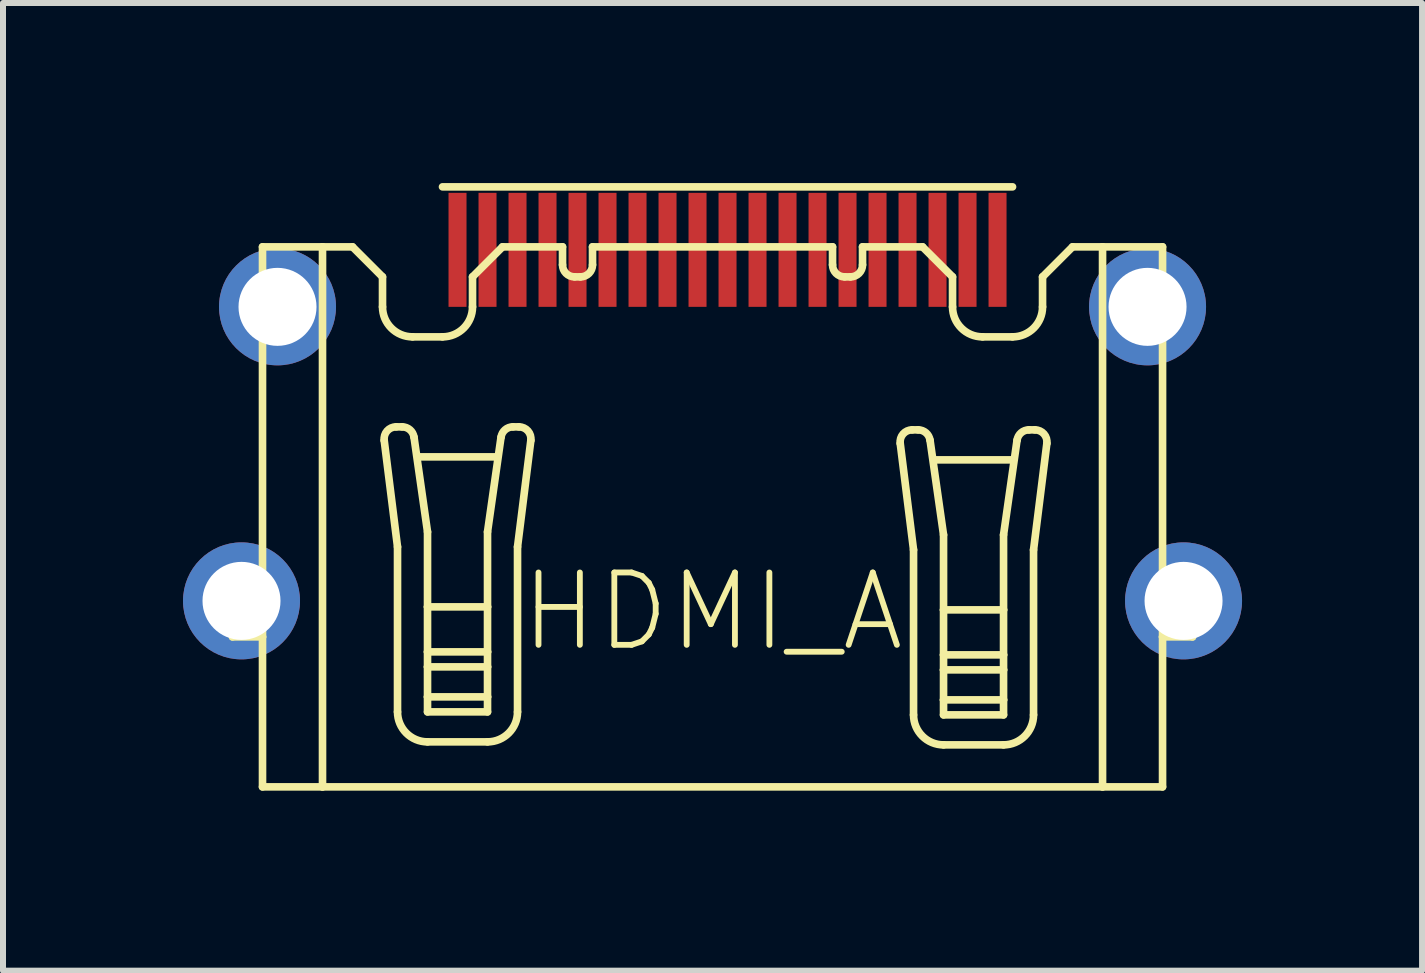
<source format=kicad_pcb>
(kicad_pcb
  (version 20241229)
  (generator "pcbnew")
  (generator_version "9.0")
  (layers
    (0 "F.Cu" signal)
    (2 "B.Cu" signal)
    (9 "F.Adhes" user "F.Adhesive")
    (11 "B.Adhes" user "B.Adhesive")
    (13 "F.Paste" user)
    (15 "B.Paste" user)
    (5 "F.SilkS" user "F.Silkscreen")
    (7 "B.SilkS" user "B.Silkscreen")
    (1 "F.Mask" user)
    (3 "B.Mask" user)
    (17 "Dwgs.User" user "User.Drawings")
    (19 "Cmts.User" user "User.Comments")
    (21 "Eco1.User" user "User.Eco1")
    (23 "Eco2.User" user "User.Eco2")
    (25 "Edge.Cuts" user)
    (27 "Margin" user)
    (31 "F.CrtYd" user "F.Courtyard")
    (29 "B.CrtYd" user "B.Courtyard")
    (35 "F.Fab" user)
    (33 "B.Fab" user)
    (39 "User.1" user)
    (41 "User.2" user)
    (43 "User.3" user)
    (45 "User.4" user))
  (footprint "HDMI_A"
    (layer "F.Cu")
    (at 8.825 5.064)
    (property "Reference" "HDMI_A" (at 0 2.08 0) (layer "F.SilkS") (effects (font (size 1.206 1.206) (thickness 0.097))))
    (attr through_hole)
    (fp_line (start -8 1.5) (end -8 2.5) (stroke (width 0.127) (type solid)) (layer "F.SilkS"))
    (fp_line (start -8 2.5) (end -7.5 2.5) (stroke (width 0.127) (type solid)) (layer "F.SilkS"))
    (fp_line (start -7.5 -4) (end -7.5 1.5) (stroke (width 0.127) (type solid)) (layer "F.SilkS"))
    (fp_line (start -7.5 1.5) (end -8 1.5) (stroke (width 0.127) (type solid)) (layer "F.SilkS"))
    (fp_line (start -7.5 1.5) (end -7.5 2.5) (stroke (width 0.127) (type solid)) (layer "F.SilkS"))
    (fp_line (start -7.5 2.5) (end -7.5 5) (stroke (width 0.127) (type solid)) (layer "F.SilkS"))
    (fp_line (start -7.5 5) (end -6.5 5) (stroke (width 0.127) (type solid)) (layer "F.SilkS"))
    (fp_line (start -6.5 -4) (end -7.5 -4) (stroke (width 0.127) (type solid)) (layer "F.SilkS"))
    (fp_line (start -6.5 -4) (end -6.5 5) (stroke (width 0.127) (type solid)) (layer "F.SilkS"))
    (fp_line (start -6.5 5) (end 6.5 5) (stroke (width 0.127) (type solid)) (layer "F.SilkS"))
    (fp_line (start -6 -4) (end -6.5 -4) (stroke (width 0.127) (type solid)) (layer "F.SilkS"))
    (fp_line (start -6 -4) (end -5.5 -3.5) (stroke (width 0.127) (type solid)) (layer "F.SilkS"))
    (fp_line (start -5.5 -3.5) (end -5.5 -3) (stroke (width 0.127) (type solid)) (layer "F.SilkS"))
    (fp_line (start -5.273 -1) (end -5.173 -1) (stroke (width 0.127) (type solid)) (layer "F.SilkS"))
    (fp_line (start -5.25 1) (end -5.472 -0.775) (stroke (width 0.127) (type solid)) (layer "F.SilkS"))
    (fp_line (start -5.25 1) (end -5.25 3.75) (stroke (width 0.127) (type solid)) (layer "F.SilkS"))
    (fp_line (start -5 -2.5) (end -4.5 -2.5) (stroke (width 0.127) (type solid)) (layer "F.SilkS"))
    (fp_line (start -4.975 -0.828) (end -4.75 0.75) (stroke (width 0.127) (type solid)) (layer "F.SilkS"))
    (fp_line (start -4.9 -0.5) (end -3.6 -0.5) (stroke (width 0.127) (type solid)) (layer "F.SilkS"))
    (fp_line (start -4.75 0.75) (end -4.75 2) (stroke (width 0.127) (type solid)) (layer "F.SilkS"))
    (fp_line (start -4.75 2) (end -4.75 2.75) (stroke (width 0.127) (type solid)) (layer "F.SilkS"))
    (fp_line (start -4.75 2) (end -3.75 2) (stroke (width 0.127) (type solid)) (layer "F.SilkS"))
    (fp_line (start -4.75 2.75) (end -4.75 3) (stroke (width 0.127) (type solid)) (layer "F.SilkS"))
    (fp_line (start -4.75 2.75) (end -3.75 2.75) (stroke (width 0.127) (type solid)) (layer "F.SilkS"))
    (fp_line (start -4.75 3) (end -4.75 3.5) (stroke (width 0.127) (type solid)) (layer "F.SilkS"))
    (fp_line (start -4.75 3) (end -3.75 3) (stroke (width 0.127) (type solid)) (layer "F.SilkS"))
    (fp_line (start -4.75 3.5) (end -4.75 3.75) (stroke (width 0.127) (type solid)) (layer "F.SilkS"))
    (fp_line (start -4.75 3.5) (end -3.75 3.5) (stroke (width 0.127) (type solid)) (layer "F.SilkS"))
    (fp_line (start -4.75 3.75) (end -3.75 3.75) (stroke (width 0.127) (type solid)) (layer "F.SilkS"))
    (fp_line (start -4.75 4.25) (end -3.75 4.25) (stroke (width 0.127) (type solid)) (layer "F.SilkS"))
    (fp_line (start -4.5 -5) (end 5 -5) (stroke (width 0.127) (type solid)) (layer "F.SilkS"))
    (fp_line (start -4 -3.5) (end -3.5 -4) (stroke (width 0.127) (type solid)) (layer "F.SilkS"))
    (fp_line (start -4 -3) (end -4 -3.5) (stroke (width 0.127) (type solid)) (layer "F.SilkS"))
    (fp_line (start -3.75 0.75) (end -3.525 -0.828) (stroke (width 0.127) (type solid)) (layer "F.SilkS"))
    (fp_line (start -3.75 2) (end -3.75 0.75) (stroke (width 0.127) (type solid)) (layer "F.SilkS"))
    (fp_line (start -3.75 2.75) (end -3.75 2) (stroke (width 0.127) (type solid)) (layer "F.SilkS"))
    (fp_line (start -3.75 3) (end -3.75 2.75) (stroke (width 0.127) (type solid)) (layer "F.SilkS"))
    (fp_line (start -3.75 3.5) (end -3.75 3) (stroke (width 0.127) (type solid)) (layer "F.SilkS"))
    (fp_line (start -3.75 3.75) (end -3.75 3.5) (stroke (width 0.127) (type solid)) (layer "F.SilkS"))
    (fp_line (start -3.5 -4) (end -2.5 -4) (stroke (width 0.127) (type solid)) (layer "F.SilkS"))
    (fp_line (start -3.327 -1) (end -3.227 -1) (stroke (width 0.127) (type solid)) (layer "F.SilkS"))
    (fp_line (start -3.25 3.75) (end -3.25 1) (stroke (width 0.127) (type solid)) (layer "F.SilkS"))
    (fp_line (start -3.028 -0.775) (end -3.25 1) (stroke (width 0.127) (type solid)) (layer "F.SilkS"))
    (fp_line (start -2.5 -4) (end -2.5 -3.7) (stroke (width 0.127) (type solid)) (layer "F.SilkS"))
    (fp_line (start -2.3 -3.5) (end -2.2 -3.5) (stroke (width 0.127) (type solid)) (layer "F.SilkS"))
    (fp_line (start -2 -4) (end 2 -4) (stroke (width 0.127) (type solid)) (layer "F.SilkS"))
    (fp_line (start -2 -3.7) (end -2 -4) (stroke (width 0.127) (type solid)) (layer "F.SilkS"))
    (fp_line (start 2 -4) (end 2 -3.7) (stroke (width 0.127) (type solid)) (layer "F.SilkS"))
    (fp_line (start 2.2 -3.5) (end 2.3 -3.5) (stroke (width 0.127) (type solid)) (layer "F.SilkS"))
    (fp_line (start 2.5 -4) (end 3.5 -4) (stroke (width 0.127) (type solid)) (layer "F.SilkS"))
    (fp_line (start 2.5 -3.7) (end 2.5 -4) (stroke (width 0.127) (type solid)) (layer "F.SilkS"))
    (fp_line (start 3.327 -0.95) (end 3.427 -0.95) (stroke (width 0.127) (type solid)) (layer "F.SilkS"))
    (fp_line (start 3.35 1.05) (end 3.128 -0.725) (stroke (width 0.127) (type solid)) (layer "F.SilkS"))
    (fp_line (start 3.35 1.05) (end 3.35 3.8) (stroke (width 0.127) (type solid)) (layer "F.SilkS"))
    (fp_line (start 3.5 -4) (end 4 -3.5) (stroke (width 0.127) (type solid)) (layer "F.SilkS"))
    (fp_line (start 3.625 -0.778) (end 3.85 0.8) (stroke (width 0.127) (type solid)) (layer "F.SilkS"))
    (fp_line (start 3.7 -0.45) (end 5 -0.45) (stroke (width 0.127) (type solid)) (layer "F.SilkS"))
    (fp_line (start 3.85 0.8) (end 3.85 2.05) (stroke (width 0.127) (type solid)) (layer "F.SilkS"))
    (fp_line (start 3.85 2.05) (end 3.85 2.8) (stroke (width 0.127) (type solid)) (layer "F.SilkS"))
    (fp_line (start 3.85 2.05) (end 4.85 2.05) (stroke (width 0.127) (type solid)) (layer "F.SilkS"))
    (fp_line (start 3.85 2.8) (end 3.85 3.05) (stroke (width 0.127) (type solid)) (layer "F.SilkS"))
    (fp_line (start 3.85 2.8) (end 4.85 2.8) (stroke (width 0.127) (type solid)) (layer "F.SilkS"))
    (fp_line (start 3.85 3.05) (end 3.85 3.55) (stroke (width 0.127) (type solid)) (layer "F.SilkS"))
    (fp_line (start 3.85 3.05) (end 4.85 3.05) (stroke (width 0.127) (type solid)) (layer "F.SilkS"))
    (fp_line (start 3.85 3.55) (end 3.85 3.8) (stroke (width 0.127) (type solid)) (layer "F.SilkS"))
    (fp_line (start 3.85 3.55) (end 4.85 3.55) (stroke (width 0.127) (type solid)) (layer "F.SilkS"))
    (fp_line (start 3.85 3.8) (end 4.85 3.8) (stroke (width 0.127) (type solid)) (layer "F.SilkS"))
    (fp_line (start 3.85 4.3) (end 4.85 4.3) (stroke (width 0.127) (type solid)) (layer "F.SilkS"))
    (fp_line (start 4 -3.5) (end 4 -3) (stroke (width 0.127) (type solid)) (layer "F.SilkS"))
    (fp_line (start 4.5 -2.5) (end 5 -2.5) (stroke (width 0.127) (type solid)) (layer "F.SilkS"))
    (fp_line (start 4.85 0.8) (end 5.075 -0.778) (stroke (width 0.127) (type solid)) (layer "F.SilkS"))
    (fp_line (start 4.85 2.05) (end 4.85 0.8) (stroke (width 0.127) (type solid)) (layer "F.SilkS"))
    (fp_line (start 4.85 2.8) (end 4.85 2.05) (stroke (width 0.127) (type solid)) (layer "F.SilkS"))
    (fp_line (start 4.85 3.05) (end 4.85 2.8) (stroke (width 0.127) (type solid)) (layer "F.SilkS"))
    (fp_line (start 4.85 3.55) (end 4.85 3.05) (stroke (width 0.127) (type solid)) (layer "F.SilkS"))
    (fp_line (start 4.85 3.8) (end 4.85 3.55) (stroke (width 0.127) (type solid)) (layer "F.SilkS"))
    (fp_line (start 5.273 -0.95) (end 5.373 -0.95) (stroke (width 0.127) (type solid)) (layer "F.SilkS"))
    (fp_line (start 5.35 3.8) (end 5.35 1.05) (stroke (width 0.127) (type solid)) (layer "F.SilkS"))
    (fp_line (start 5.5 -3.5) (end 6 -4) (stroke (width 0.127) (type solid)) (layer "F.SilkS"))
    (fp_line (start 5.5 -3) (end 5.5 -3.5) (stroke (width 0.127) (type solid)) (layer "F.SilkS"))
    (fp_line (start 5.572 -0.725) (end 5.35 1.05) (stroke (width 0.127) (type solid)) (layer "F.SilkS"))
    (fp_line (start 6.5 -4) (end 6 -4) (stroke (width 0.127) (type solid)) (layer "F.SilkS"))
    (fp_line (start 6.5 -4) (end 6.5 5) (stroke (width 0.127) (type solid)) (layer "F.SilkS"))
    (fp_line (start 6.5 5) (end 7.5 5) (stroke (width 0.127) (type solid)) (layer "F.SilkS"))
    (fp_line (start 7.5 -4) (end 6.5 -4) (stroke (width 0.127) (type solid)) (layer "F.SilkS"))
    (fp_line (start 7.5 1.5) (end 7.5 -4) (stroke (width 0.127) (type solid)) (layer "F.SilkS"))
    (fp_line (start 7.5 2.5) (end 7.5 1.5) (stroke (width 0.127) (type solid)) (layer "F.SilkS"))
    (fp_line (start 7.5 2.5) (end 8 2.5) (stroke (width 0.127) (type solid)) (layer "F.SilkS"))
    (fp_line (start 7.5 5) (end 7.5 2.5) (stroke (width 0.127) (type solid)) (layer "F.SilkS"))
    (fp_line (start 8 1.5) (end 7.5 1.5) (stroke (width 0.127) (type solid)) (layer "F.SilkS"))
    (fp_line (start 8 2.5) (end 8 1.5) (stroke (width 0.127) (type solid)) (layer "F.SilkS"))
    (fp_arc (start -5.4719 -0.7752) (mid -5.423377 -0.932365) (end -5.273441 -1.000001) (stroke (width 0.127) (type solid)) (layer "F.SilkS"))
    (fp_arc (start -5.173459 -1) (mid -5.042416 -0.95109) (end -4.975467 -0.828281) (stroke (width 0.127) (type solid)) (layer "F.SilkS"))
    (fp_arc (start -5 -2.5) (mid -5.353553 -2.646447) (end -5.5 -3) (stroke (width 0.127) (type solid)) (layer "F.SilkS"))
    (fp_arc (start -4.75 4.25) (mid -5.103553 4.103553) (end -5.25 3.75) (stroke (width 0.127) (type solid)) (layer "F.SilkS"))
    (fp_arc (start -4 -3) (mid -4.146447 -2.646447) (end -4.5 -2.5) (stroke (width 0.127) (type solid)) (layer "F.SilkS"))
    (fp_arc (start -3.524531 -0.828281) (mid -3.457581 -0.95109) (end -3.326539 -1) (stroke (width 0.127) (type solid)) (layer "F.SilkS"))
    (fp_arc (start -3.25 3.75) (mid -3.396447 4.103553) (end -3.75 4.25) (stroke (width 0.127) (type solid)) (layer "F.SilkS"))
    (fp_arc (start -3.226556 -1) (mid -3.076623 -0.932363) (end -3.0281 -0.7752) (stroke (width 0.127) (type solid)) (layer "F.SilkS"))
    (fp_arc (start -2.3 -3.5) (mid -2.441421 -3.558579) (end -2.5 -3.7) (stroke (width 0.127) (type solid)) (layer "F.SilkS"))
    (fp_arc (start -2 -3.7) (mid -2.058579 -3.558579) (end -2.2 -3.5) (stroke (width 0.127) (type solid)) (layer "F.SilkS"))
    (fp_arc (start 2.2 -3.5) (mid 2.058579 -3.558579) (end 2 -3.7) (stroke (width 0.127) (type solid)) (layer "F.SilkS"))
    (fp_arc (start 2.5 -3.7) (mid 2.441421 -3.558579) (end 2.3 -3.5) (stroke (width 0.127) (type solid)) (layer "F.SilkS"))
    (fp_arc (start 3.1281 -0.7252) (mid 3.176623 -0.882364) (end 3.326557 -0.949999) (stroke (width 0.127) (type solid)) (layer "F.SilkS"))
    (fp_arc (start 3.42654 -0.95) (mid 3.557582 -0.901089) (end 3.62453 -0.778279) (stroke (width 0.127) (type solid)) (layer "F.SilkS"))
    (fp_arc (start 3.85 4.3) (mid 3.496447 4.153553) (end 3.35 3.8) (stroke (width 0.127) (type solid)) (layer "F.SilkS"))
    (fp_arc (start 4.5 -2.5) (mid 4.146447 -2.646447) (end 4 -3) (stroke (width 0.127) (type solid)) (layer "F.SilkS"))
    (fp_arc (start 5.075468 -0.778281) (mid 5.142418 -0.901088) (end 5.273459 -0.949998) (stroke (width 0.127) (type solid)) (layer "F.SilkS"))
    (fp_arc (start 5.35 3.8) (mid 5.203553 4.153553) (end 4.85 4.3) (stroke (width 0.127) (type solid)) (layer "F.SilkS"))
    (fp_arc (start 5.373443 -0.95) (mid 5.523377 -0.882362) (end 5.571899 -0.725198) (stroke (width 0.127) (type solid)) (layer "F.SilkS"))
    (fp_arc (start 5.5 -3) (mid 5.353553 -2.646447) (end 5 -2.5) (stroke (width 0.127) (type solid)) (layer "F.SilkS"))
    (fp_poly (pts (xy -4.343 -3.432) (xy -4.166 -3.432) (xy -4.166 -4.753) (xy -4.343 -4.753)) (stroke (width 0) (type solid)) (fill yes) (layer "F.Paste"))
    (fp_poly (pts (xy -3.835 -3.432) (xy -3.658 -3.432) (xy -3.658 -4.753) (xy -3.835 -4.753)) (stroke (width 0) (type solid)) (fill yes) (layer "F.Paste"))
    (fp_poly (pts (xy -3.327 -3.432) (xy -3.15 -3.432) (xy -3.15 -4.753) (xy -3.327 -4.753)) (stroke (width 0) (type solid)) (fill yes) (layer "F.Paste"))
    (fp_poly (pts (xy -2.845 -3.432) (xy -2.667 -3.432) (xy -2.667 -4.753) (xy -2.845 -4.753)) (stroke (width 0) (type solid)) (fill yes) (layer "F.Paste"))
    (fp_poly (pts (xy -2.337 -3.432) (xy -2.159 -3.432) (xy -2.159 -4.753) (xy -2.337 -4.753)) (stroke (width 0) (type solid)) (fill yes) (layer "F.Paste"))
    (fp_poly (pts (xy -1.829 -3.406) (xy -1.651 -3.406) (xy -1.651 -4.727) (xy -1.829 -4.727)) (stroke (width 0) (type solid)) (fill yes) (layer "F.Paste"))
    (fp_poly (pts (xy -1.346 -3.432) (xy -1.168 -3.432) (xy -1.168 -4.753) (xy -1.346 -4.753)) (stroke (width 0) (type solid)) (fill yes) (layer "F.Paste"))
    (fp_poly (pts (xy -0.838 -3.457) (xy -0.66 -3.457) (xy -0.66 -4.778) (xy -0.838 -4.778)) (stroke (width 0) (type solid)) (fill yes) (layer "F.Paste"))
    (fp_poly (pts (xy -0.33 -3.406) (xy -0.152 -3.406) (xy -0.152 -4.727) (xy -0.33 -4.727)) (stroke (width 0) (type solid)) (fill yes) (layer "F.Paste"))
    (fp_poly (pts (xy 0.178 -3.406) (xy 0.356 -3.406) (xy 0.356 -4.727) (xy 0.178 -4.727)) (stroke (width 0) (type solid)) (fill yes) (layer "F.Paste"))
    (fp_poly (pts (xy 0.66 -3.432) (xy 0.838 -3.432) (xy 0.838 -4.753) (xy 0.66 -4.753)) (stroke (width 0) (type solid)) (fill yes) (layer "F.Paste"))
    (fp_poly (pts (xy 1.168 -3.406) (xy 1.346 -3.406) (xy 1.346 -4.727) (xy 1.168 -4.727)) (stroke (width 0) (type solid)) (fill yes) (layer "F.Paste"))
    (fp_poly (pts (xy 1.651 -3.406) (xy 1.829 -3.406) (xy 1.829 -4.727) (xy 1.651 -4.727)) (stroke (width 0) (type solid)) (fill yes) (layer "F.Paste"))
    (fp_poly (pts (xy 2.159 -3.432) (xy 2.337 -3.432) (xy 2.337 -4.753) (xy 2.159 -4.753)) (stroke (width 0) (type solid)) (fill yes) (layer "F.Paste"))
    (fp_poly (pts (xy 2.667 -3.432) (xy 2.845 -3.432) (xy 2.845 -4.753) (xy 2.667 -4.753)) (stroke (width 0) (type solid)) (fill yes) (layer "F.Paste"))
    (fp_poly (pts (xy 3.15 -3.432) (xy 3.327 -3.432) (xy 3.327 -4.753) (xy 3.15 -4.753)) (stroke (width 0) (type solid)) (fill yes) (layer "F.Paste"))
    (fp_poly (pts (xy 3.658 -3.432) (xy 3.835 -3.432) (xy 3.835 -4.753) (xy 3.658 -4.753)) (stroke (width 0) (type solid)) (fill yes) (layer "F.Paste"))
    (fp_poly (pts (xy 4.166 -3.432) (xy 4.343 -3.432) (xy 4.343 -4.753) (xy 4.166 -4.753)) (stroke (width 0) (type solid)) (fill yes) (layer "F.Paste"))
    (fp_poly (pts (xy 4.674 -3.406) (xy 4.851 -3.406) (xy 4.851 -4.727) (xy 4.674 -4.727)) (stroke (width 0) (type solid)) (fill yes) (layer "F.Paste"))
    (pad "P$1" smd rect (at 4.75 -3.95) (size 0.3 1.9) (layers "F.Cu" "F.Mask"))
    (pad "P$2" smd rect (at 4.25 -3.95) (size 0.3 1.9) (layers "F.Cu" "F.Mask"))
    (pad "P$3" smd rect (at 3.75 -3.95) (size 0.3 1.9) (layers "F.Cu" "F.Mask"))
    (pad "P$4" smd rect (at 3.25 -3.95) (size 0.3 1.9) (layers "F.Cu" "F.Mask"))
    (pad "P$5" smd rect (at 2.75 -3.95) (size 0.3 1.9) (layers "F.Cu" "F.Mask"))
    (pad "P$6" smd rect (at 2.25 -3.95) (size 0.3 1.9) (layers "F.Cu" "F.Mask"))
    (pad "P$7" smd rect (at 1.75 -3.95) (size 0.3 1.9) (layers "F.Cu" "F.Mask"))
    (pad "P$8" smd rect (at 1.25 -3.95) (size 0.3 1.9) (layers "F.Cu" "F.Mask"))
    (pad "P$9" smd rect (at 0.75 -3.95) (size 0.3 1.9) (layers "F.Cu" "F.Mask"))
    (pad "P$10" smd rect (at 0.25 -3.95) (size 0.3 1.9) (layers "F.Cu" "F.Mask"))
    (pad "P$11" smd rect (at -0.25 -3.95) (size 0.3 1.9) (layers "F.Cu" "F.Mask"))
    (pad "P$12" smd rect (at -0.75 -3.95) (size 0.3 1.9) (layers "F.Cu" "F.Mask"))
    (pad "P$13" smd rect (at -1.25 -3.95) (size 0.3 1.9) (layers "F.Cu" "F.Mask"))
    (pad "P$14" smd rect (at -1.75 -3.95) (size 0.3 1.9) (layers "F.Cu" "F.Mask"))
    (pad "P$15" smd rect (at -2.25 -3.95) (size 0.3 1.9) (layers "F.Cu" "F.Mask"))
    (pad "P$16" smd rect (at -2.75 -3.95) (size 0.3 1.9) (layers "F.Cu" "F.Mask"))
    (pad "P$17" smd rect (at -3.25 -3.95) (size 0.3 1.9) (layers "F.Cu" "F.Mask"))
    (pad "P$18" smd rect (at -3.75 -3.95) (size 0.3 1.9) (layers "F.Cu" "F.Mask"))
    (pad "P$19" smd rect (at -4.25 -3.95) (size 0.3 1.9) (layers "F.Cu" "F.Mask"))
    (pad "P$20" thru_hole circle (at -7.25 -3) (size 1.95 1.95) (drill 1.3) (layers "*.Cu" "*.Mask"))
    (pad "P$21" thru_hole circle (at 7.25 -3) (size 1.95 1.95) (drill 1.3) (layers "*.Cu" "*.Mask"))
    (pad "P$22" thru_hole circle (at 7.85 1.9) (size 1.95 1.95) (drill 1.3) (layers "*.Cu" "*.Mask"))
    (pad "P$23" thru_hole circle (at -7.85 1.9) (size 1.95 1.95) (drill 1.3) (layers "*.Cu" "*.Mask")))
  (gr_rect
    (start -3 -3)
    (end 20.65 13.127)
    (stroke (width 0.1) (type default))
    (fill no)
    (layer "Edge.Cuts")))
</source>
